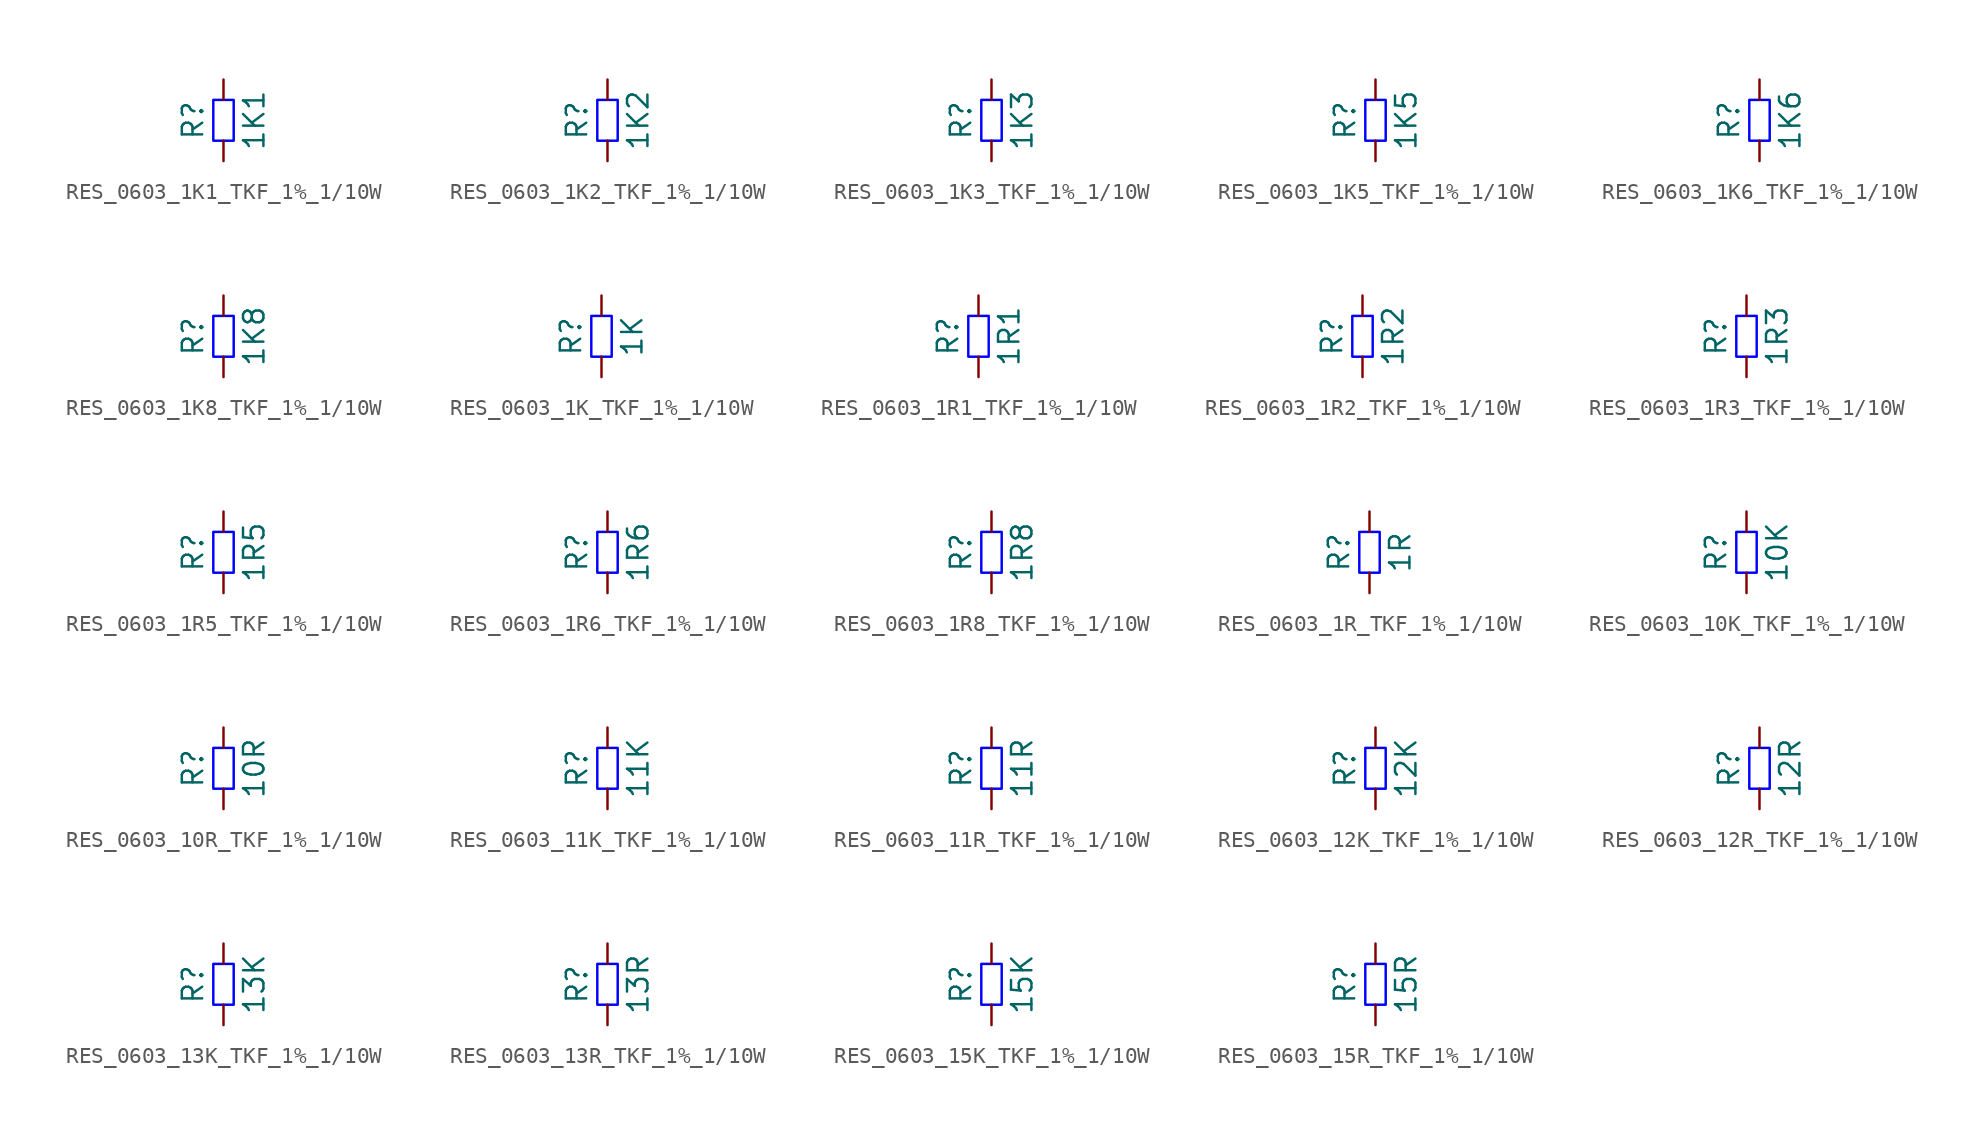
<source format=kicad_sym>
(kicad_symbol_lib
  (version 20220914)
  (generator kicad_symbol_editor)
  (symbol "RES_0603_1K1_TKF_1%_1/10W"
    (pin_numbers hide)
    (pin_names
      (offset 0) hide)
    (property "Reference" "R"
      (at -1.905 0 90)
      (do_not_autoplace)
      (effects (font (size 1.27 1.27))))
    (property "Value" "1K1"
      (at 1.905 0 90)
      (do_not_autoplace)
      (effects (font (size 1.27 1.27))))
    (symbol "RES_0603_1K1_TKF_1%_1/10W_1_1"
      (rectangle (start -0.635 -1.27) (end 0.635 1.27) (stroke (width 0) (type solid) (color 0 0 255 1)) (fill (type none)))
      (pin passive line (at 0 -2.54 90) (length 1.27) (name "~" (effects (font (size 1.27 1.27)))) (number "1" (effects (font (size 1.27 1.27)))))
      (pin passive line (at 0 2.54 270) (length 1.27) (name "~" (effects (font (size 1.27 1.27)))) (number "2" (effects (font (size 1.27 1.27)))))))
  (symbol "RES_0603_1K2_TKF_1%_1/10W"
    (pin_numbers hide)
    (pin_names
      (offset 0) hide)
    (property "Reference" "R"
      (at -1.905 0 90)
      (do_not_autoplace)
      (effects (font (size 1.27 1.27))))
    (property "Value" "1K2"
      (at 1.905 0 90)
      (do_not_autoplace)
      (effects (font (size 1.27 1.27))))
    (symbol "RES_0603_1K2_TKF_1%_1/10W_1_1"
      (rectangle (start -0.635 -1.27) (end 0.635 1.27) (stroke (width 0) (type solid) (color 0 0 255 1)) (fill (type none)))
      (pin passive line (at 0 -2.54 90) (length 1.27) (name "~" (effects (font (size 1.27 1.27)))) (number "1" (effects (font (size 1.27 1.27)))))
      (pin passive line (at 0 2.54 270) (length 1.27) (name "~" (effects (font (size 1.27 1.27)))) (number "2" (effects (font (size 1.27 1.27)))))))
  (symbol "RES_0603_1K3_TKF_1%_1/10W"
    (pin_numbers hide)
    (pin_names
      (offset 0) hide)
    (property "Reference" "R"
      (at -1.905 0 90)
      (do_not_autoplace)
      (effects (font (size 1.27 1.27))))
    (property "Value" "1K3"
      (at 1.905 0 90)
      (do_not_autoplace)
      (effects (font (size 1.27 1.27))))
    (symbol "RES_0603_1K3_TKF_1%_1/10W_1_1"
      (rectangle (start -0.635 -1.27) (end 0.635 1.27) (stroke (width 0) (type solid) (color 0 0 255 1)) (fill (type none)))
      (pin passive line (at 0 -2.54 90) (length 1.27) (name "~" (effects (font (size 1.27 1.27)))) (number "1" (effects (font (size 1.27 1.27)))))
      (pin passive line (at 0 2.54 270) (length 1.27) (name "~" (effects (font (size 1.27 1.27)))) (number "2" (effects (font (size 1.27 1.27)))))))
  (symbol "RES_0603_1K5_TKF_1%_1/10W"
    (pin_numbers hide)
    (pin_names
      (offset 0) hide)
    (property "Reference" "R"
      (at -1.905 0 90)
      (do_not_autoplace)
      (effects (font (size 1.27 1.27))))
    (property "Value" "1K5"
      (at 1.905 0 90)
      (do_not_autoplace)
      (effects (font (size 1.27 1.27))))
    (symbol "RES_0603_1K5_TKF_1%_1/10W_1_1"
      (rectangle (start -0.635 -1.27) (end 0.635 1.27) (stroke (width 0) (type solid) (color 0 0 255 1)) (fill (type none)))
      (pin passive line (at 0 -2.54 90) (length 1.27) (name "~" (effects (font (size 1.27 1.27)))) (number "1" (effects (font (size 1.27 1.27)))))
      (pin passive line (at 0 2.54 270) (length 1.27) (name "~" (effects (font (size 1.27 1.27)))) (number "2" (effects (font (size 1.27 1.27)))))))
  (symbol "RES_0603_1K6_TKF_1%_1/10W"
    (pin_numbers hide)
    (pin_names
      (offset 0) hide)
    (property "Reference" "R"
      (at -1.905 0 90)
      (do_not_autoplace)
      (effects (font (size 1.27 1.27))))
    (property "Value" "1K6"
      (at 1.905 0 90)
      (do_not_autoplace)
      (effects (font (size 1.27 1.27))))
    (symbol "RES_0603_1K6_TKF_1%_1/10W_1_1"
      (rectangle (start -0.635 -1.27) (end 0.635 1.27) (stroke (width 0) (type solid) (color 0 0 255 1)) (fill (type none)))
      (pin passive line (at 0 -2.54 90) (length 1.27) (name "~" (effects (font (size 1.27 1.27)))) (number "1" (effects (font (size 1.27 1.27)))))
      (pin passive line (at 0 2.54 270) (length 1.27) (name "~" (effects (font (size 1.27 1.27)))) (number "2" (effects (font (size 1.27 1.27)))))))
  (symbol "RES_0603_1K8_TKF_1%_1/10W"
    (pin_numbers hide)
    (pin_names
      (offset 0) hide)
    (property "Reference" "R"
      (at -1.905 0 90)
      (do_not_autoplace)
      (effects (font (size 1.27 1.27))))
    (property "Value" "1K8"
      (at 1.905 0 90)
      (do_not_autoplace)
      (effects (font (size 1.27 1.27))))
    (symbol "RES_0603_1K8_TKF_1%_1/10W_1_1"
      (rectangle (start -0.635 -1.27) (end 0.635 1.27) (stroke (width 0) (type solid) (color 0 0 255 1)) (fill (type none)))
      (pin passive line (at 0 -2.54 90) (length 1.27) (name "~" (effects (font (size 1.27 1.27)))) (number "1" (effects (font (size 1.27 1.27)))))
      (pin passive line (at 0 2.54 270) (length 1.27) (name "~" (effects (font (size 1.27 1.27)))) (number "2" (effects (font (size 1.27 1.27)))))))
  (symbol "RES_0603_1K_TKF_1%_1/10W"
    (pin_numbers hide)
    (pin_names
      (offset 0) hide)
    (property "Reference" "R"
      (at -1.905 0 90)
      (do_not_autoplace)
      (effects (font (size 1.27 1.27))))
    (property "Value" "1K"
      (at 1.905 0 90)
      (do_not_autoplace)
      (effects (font (size 1.27 1.27))))
    (symbol "RES_0603_1K_TKF_1%_1/10W_1_1"
      (rectangle (start -0.635 -1.27) (end 0.635 1.27) (stroke (width 0) (type solid) (color 0 0 255 1)) (fill (type none)))
      (pin passive line (at 0 -2.54 90) (length 1.27) (name "~" (effects (font (size 1.27 1.27)))) (number "1" (effects (font (size 1.27 1.27)))))
      (pin passive line (at 0 2.54 270) (length 1.27) (name "~" (effects (font (size 1.27 1.27)))) (number "2" (effects (font (size 1.27 1.27)))))))
  (symbol "RES_0603_1R1_TKF_1%_1/10W"
    (pin_numbers hide)
    (pin_names
      (offset 0) hide)
    (property "Reference" "R"
      (at -1.905 0 90)
      (do_not_autoplace)
      (effects (font (size 1.27 1.27))))
    (property "Value" "1R1"
      (at 1.905 0 90)
      (do_not_autoplace)
      (effects (font (size 1.27 1.27))))
    (symbol "RES_0603_1R1_TKF_1%_1/10W_1_1"
      (rectangle (start -0.635 -1.27) (end 0.635 1.27) (stroke (width 0) (type solid) (color 0 0 255 1)) (fill (type none)))
      (pin passive line (at 0 -2.54 90) (length 1.27) (name "~" (effects (font (size 1.27 1.27)))) (number "1" (effects (font (size 1.27 1.27)))))
      (pin passive line (at 0 2.54 270) (length 1.27) (name "~" (effects (font (size 1.27 1.27)))) (number "2" (effects (font (size 1.27 1.27)))))))
  (symbol "RES_0603_1R2_TKF_1%_1/10W"
    (pin_numbers hide)
    (pin_names
      (offset 0) hide)
    (property "Reference" "R"
      (at -1.905 0 90)
      (do_not_autoplace)
      (effects (font (size 1.27 1.27))))
    (property "Value" "1R2"
      (at 1.905 0 90)
      (do_not_autoplace)
      (effects (font (size 1.27 1.27))))
    (symbol "RES_0603_1R2_TKF_1%_1/10W_1_1"
      (rectangle (start -0.635 -1.27) (end 0.635 1.27) (stroke (width 0) (type solid) (color 0 0 255 1)) (fill (type none)))
      (pin passive line (at 0 -2.54 90) (length 1.27) (name "~" (effects (font (size 1.27 1.27)))) (number "1" (effects (font (size 1.27 1.27)))))
      (pin passive line (at 0 2.54 270) (length 1.27) (name "~" (effects (font (size 1.27 1.27)))) (number "2" (effects (font (size 1.27 1.27)))))))
  (symbol "RES_0603_1R3_TKF_1%_1/10W"
    (pin_numbers hide)
    (pin_names
      (offset 0) hide)
    (property "Reference" "R"
      (at -1.905 0 90)
      (do_not_autoplace)
      (effects (font (size 1.27 1.27))))
    (property "Value" "1R3"
      (at 1.905 0 90)
      (do_not_autoplace)
      (effects (font (size 1.27 1.27))))
    (symbol "RES_0603_1R3_TKF_1%_1/10W_1_1"
      (rectangle (start -0.635 -1.27) (end 0.635 1.27) (stroke (width 0) (type solid) (color 0 0 255 1)) (fill (type none)))
      (pin passive line (at 0 -2.54 90) (length 1.27) (name "~" (effects (font (size 1.27 1.27)))) (number "1" (effects (font (size 1.27 1.27)))))
      (pin passive line (at 0 2.54 270) (length 1.27) (name "~" (effects (font (size 1.27 1.27)))) (number "2" (effects (font (size 1.27 1.27)))))))
  (symbol "RES_0603_1R5_TKF_1%_1/10W"
    (pin_numbers hide)
    (pin_names
      (offset 0) hide)
    (property "Reference" "R"
      (at -1.905 0 90)
      (do_not_autoplace)
      (effects (font (size 1.27 1.27))))
    (property "Value" "1R5"
      (at 1.905 0 90)
      (do_not_autoplace)
      (effects (font (size 1.27 1.27))))
    (symbol "RES_0603_1R5_TKF_1%_1/10W_1_1"
      (rectangle (start -0.635 -1.27) (end 0.635 1.27) (stroke (width 0) (type solid) (color 0 0 255 1)) (fill (type none)))
      (pin passive line (at 0 -2.54 90) (length 1.27) (name "~" (effects (font (size 1.27 1.27)))) (number "1" (effects (font (size 1.27 1.27)))))
      (pin passive line (at 0 2.54 270) (length 1.27) (name "~" (effects (font (size 1.27 1.27)))) (number "2" (effects (font (size 1.27 1.27)))))))
  (symbol "RES_0603_1R6_TKF_1%_1/10W"
    (pin_numbers hide)
    (pin_names
      (offset 0) hide)
    (property "Reference" "R"
      (at -1.905 0 90)
      (do_not_autoplace)
      (effects (font (size 1.27 1.27))))
    (property "Value" "1R6"
      (at 1.905 0 90)
      (do_not_autoplace)
      (effects (font (size 1.27 1.27))))
    (symbol "RES_0603_1R6_TKF_1%_1/10W_1_1"
      (rectangle (start -0.635 -1.27) (end 0.635 1.27) (stroke (width 0) (type solid) (color 0 0 255 1)) (fill (type none)))
      (pin passive line (at 0 -2.54 90) (length 1.27) (name "~" (effects (font (size 1.27 1.27)))) (number "1" (effects (font (size 1.27 1.27)))))
      (pin passive line (at 0 2.54 270) (length 1.27) (name "~" (effects (font (size 1.27 1.27)))) (number "2" (effects (font (size 1.27 1.27)))))))
  (symbol "RES_0603_1R8_TKF_1%_1/10W"
    (pin_numbers hide)
    (pin_names
      (offset 0) hide)
    (property "Reference" "R"
      (at -1.905 0 90)
      (do_not_autoplace)
      (effects (font (size 1.27 1.27))))
    (property "Value" "1R8"
      (at 1.905 0 90)
      (do_not_autoplace)
      (effects (font (size 1.27 1.27))))
    (symbol "RES_0603_1R8_TKF_1%_1/10W_1_1"
      (rectangle (start -0.635 -1.27) (end 0.635 1.27) (stroke (width 0) (type solid) (color 0 0 255 1)) (fill (type none)))
      (pin passive line (at 0 -2.54 90) (length 1.27) (name "~" (effects (font (size 1.27 1.27)))) (number "1" (effects (font (size 1.27 1.27)))))
      (pin passive line (at 0 2.54 270) (length 1.27) (name "~" (effects (font (size 1.27 1.27)))) (number "2" (effects (font (size 1.27 1.27)))))))
  (symbol "RES_0603_1R_TKF_1%_1/10W"
    (pin_numbers hide)
    (pin_names
      (offset 0) hide)
    (property "Reference" "R"
      (at -1.905 0 90)
      (do_not_autoplace)
      (effects (font (size 1.27 1.27))))
    (property "Value" "1R"
      (at 1.905 0 90)
      (do_not_autoplace)
      (effects (font (size 1.27 1.27))))
    (symbol "RES_0603_1R_TKF_1%_1/10W_1_1"
      (rectangle (start -0.635 -1.27) (end 0.635 1.27) (stroke (width 0) (type solid) (color 0 0 255 1)) (fill (type none)))
      (pin passive line (at 0 -2.54 90) (length 1.27) (name "~" (effects (font (size 1.27 1.27)))) (number "1" (effects (font (size 1.27 1.27)))))
      (pin passive line (at 0 2.54 270) (length 1.27) (name "~" (effects (font (size 1.27 1.27)))) (number "2" (effects (font (size 1.27 1.27)))))))
  (symbol "RES_0603_10K_TKF_1%_1/10W"
    (pin_numbers hide)
    (pin_names
      (offset 0) hide)
    (property "Reference" "R"
      (at -1.905 0 90)
      (do_not_autoplace)
      (effects (font (size 1.27 1.27))))
    (property "Value" "10K"
      (at 1.905 0 90)
      (do_not_autoplace)
      (effects (font (size 1.27 1.27))))
    (symbol "RES_0603_10K_TKF_1%_1/10W_1_1"
      (rectangle (start -0.635 -1.27) (end 0.635 1.27) (stroke (width 0) (type solid) (color 0 0 255 1)) (fill (type none)))
      (pin passive line (at 0 -2.54 90) (length 1.27) (name "~" (effects (font (size 1.27 1.27)))) (number "1" (effects (font (size 1.27 1.27)))))
      (pin passive line (at 0 2.54 270) (length 1.27) (name "~" (effects (font (size 1.27 1.27)))) (number "2" (effects (font (size 1.27 1.27)))))))
  (symbol "RES_0603_10R_TKF_1%_1/10W"
    (pin_numbers hide)
    (pin_names
      (offset 0) hide)
    (property "Reference" "R"
      (at -1.905 0 90)
      (do_not_autoplace)
      (effects (font (size 1.27 1.27))))
    (property "Value" "10R"
      (at 1.905 0 90)
      (do_not_autoplace)
      (effects (font (size 1.27 1.27))))
    (symbol "RES_0603_10R_TKF_1%_1/10W_1_1"
      (rectangle (start -0.635 -1.27) (end 0.635 1.27) (stroke (width 0) (type solid) (color 0 0 255 1)) (fill (type none)))
      (pin passive line (at 0 -2.54 90) (length 1.27) (name "~" (effects (font (size 1.27 1.27)))) (number "1" (effects (font (size 1.27 1.27)))))
      (pin passive line (at 0 2.54 270) (length 1.27) (name "~" (effects (font (size 1.27 1.27)))) (number "2" (effects (font (size 1.27 1.27)))))))
  (symbol "RES_0603_11K_TKF_1%_1/10W"
    (pin_numbers hide)
    (pin_names
      (offset 0) hide)
    (property "Reference" "R"
      (at -1.905 0 90)
      (do_not_autoplace)
      (effects (font (size 1.27 1.27))))
    (property "Value" "11K"
      (at 1.905 0 90)
      (do_not_autoplace)
      (effects (font (size 1.27 1.27))))
    (symbol "RES_0603_11K_TKF_1%_1/10W_1_1"
      (rectangle (start -0.635 -1.27) (end 0.635 1.27) (stroke (width 0) (type solid) (color 0 0 255 1)) (fill (type none)))
      (pin passive line (at 0 -2.54 90) (length 1.27) (name "~" (effects (font (size 1.27 1.27)))) (number "1" (effects (font (size 1.27 1.27)))))
      (pin passive line (at 0 2.54 270) (length 1.27) (name "~" (effects (font (size 1.27 1.27)))) (number "2" (effects (font (size 1.27 1.27)))))))
  (symbol "RES_0603_11R_TKF_1%_1/10W"
    (pin_numbers hide)
    (pin_names
      (offset 0) hide)
    (property "Reference" "R"
      (at -1.905 0 90)
      (do_not_autoplace)
      (effects (font (size 1.27 1.27))))
    (property "Value" "11R"
      (at 1.905 0 90)
      (do_not_autoplace)
      (effects (font (size 1.27 1.27))))
    (symbol "RES_0603_11R_TKF_1%_1/10W_1_1"
      (rectangle (start -0.635 -1.27) (end 0.635 1.27) (stroke (width 0) (type solid) (color 0 0 255 1)) (fill (type none)))
      (pin passive line (at 0 -2.54 90) (length 1.27) (name "~" (effects (font (size 1.27 1.27)))) (number "1" (effects (font (size 1.27 1.27)))))
      (pin passive line (at 0 2.54 270) (length 1.27) (name "~" (effects (font (size 1.27 1.27)))) (number "2" (effects (font (size 1.27 1.27)))))))
  (symbol "RES_0603_12K_TKF_1%_1/10W"
    (pin_numbers hide)
    (pin_names
      (offset 0) hide)
    (property "Reference" "R"
      (at -1.905 0 90)
      (do_not_autoplace)
      (effects (font (size 1.27 1.27))))
    (property "Value" "12K"
      (at 1.905 0 90)
      (do_not_autoplace)
      (effects (font (size 1.27 1.27))))
    (symbol "RES_0603_12K_TKF_1%_1/10W_1_1"
      (rectangle (start -0.635 -1.27) (end 0.635 1.27) (stroke (width 0) (type solid) (color 0 0 255 1)) (fill (type none)))
      (pin passive line (at 0 -2.54 90) (length 1.27) (name "~" (effects (font (size 1.27 1.27)))) (number "1" (effects (font (size 1.27 1.27)))))
      (pin passive line (at 0 2.54 270) (length 1.27) (name "~" (effects (font (size 1.27 1.27)))) (number "2" (effects (font (size 1.27 1.27)))))))
  (symbol "RES_0603_12R_TKF_1%_1/10W"
    (pin_numbers hide)
    (pin_names
      (offset 0) hide)
    (property "Reference" "R"
      (at -1.905 0 90)
      (do_not_autoplace)
      (effects (font (size 1.27 1.27))))
    (property "Value" "12R"
      (at 1.905 0 90)
      (do_not_autoplace)
      (effects (font (size 1.27 1.27))))
    (symbol "RES_0603_12R_TKF_1%_1/10W_1_1"
      (rectangle (start -0.635 -1.27) (end 0.635 1.27) (stroke (width 0) (type solid) (color 0 0 255 1)) (fill (type none)))
      (pin passive line (at 0 -2.54 90) (length 1.27) (name "~" (effects (font (size 1.27 1.27)))) (number "1" (effects (font (size 1.27 1.27)))))
      (pin passive line (at 0 2.54 270) (length 1.27) (name "~" (effects (font (size 1.27 1.27)))) (number "2" (effects (font (size 1.27 1.27)))))))
  (symbol "RES_0603_13K_TKF_1%_1/10W"
    (pin_numbers hide)
    (pin_names
      (offset 0) hide)
    (property "Reference" "R"
      (at -1.905 0 90)
      (do_not_autoplace)
      (effects (font (size 1.27 1.27))))
    (property "Value" "13K"
      (at 1.905 0 90)
      (do_not_autoplace)
      (effects (font (size 1.27 1.27))))
    (symbol "RES_0603_13K_TKF_1%_1/10W_1_1"
      (rectangle (start -0.635 -1.27) (end 0.635 1.27) (stroke (width 0) (type solid) (color 0 0 255 1)) (fill (type none)))
      (pin passive line (at 0 -2.54 90) (length 1.27) (name "~" (effects (font (size 1.27 1.27)))) (number "1" (effects (font (size 1.27 1.27)))))
      (pin passive line (at 0 2.54 270) (length 1.27) (name "~" (effects (font (size 1.27 1.27)))) (number "2" (effects (font (size 1.27 1.27)))))))
  (symbol "RES_0603_13R_TKF_1%_1/10W"
    (pin_numbers hide)
    (pin_names
      (offset 0) hide)
    (property "Reference" "R"
      (at -1.905 0 90)
      (do_not_autoplace)
      (effects (font (size 1.27 1.27))))
    (property "Value" "13R"
      (at 1.905 0 90)
      (do_not_autoplace)
      (effects (font (size 1.27 1.27))))
    (symbol "RES_0603_13R_TKF_1%_1/10W_1_1"
      (rectangle (start -0.635 -1.27) (end 0.635 1.27) (stroke (width 0) (type solid) (color 0 0 255 1)) (fill (type none)))
      (pin passive line (at 0 -2.54 90) (length 1.27) (name "~" (effects (font (size 1.27 1.27)))) (number "1" (effects (font (size 1.27 1.27)))))
      (pin passive line (at 0 2.54 270) (length 1.27) (name "~" (effects (font (size 1.27 1.27)))) (number "2" (effects (font (size 1.27 1.27)))))))
  (symbol "RES_0603_15K_TKF_1%_1/10W"
    (pin_numbers hide)
    (pin_names
      (offset 0) hide)
    (property "Reference" "R"
      (at -1.905 0 90)
      (do_not_autoplace)
      (effects (font (size 1.27 1.27))))
    (property "Value" "15K"
      (at 1.905 0 90)
      (do_not_autoplace)
      (effects (font (size 1.27 1.27))))
    (symbol "RES_0603_15K_TKF_1%_1/10W_1_1"
      (rectangle (start -0.635 -1.27) (end 0.635 1.27) (stroke (width 0) (type solid) (color 0 0 255 1)) (fill (type none)))
      (pin passive line (at 0 -2.54 90) (length 1.27) (name "~" (effects (font (size 1.27 1.27)))) (number "1" (effects (font (size 1.27 1.27)))))
      (pin passive line (at 0 2.54 270) (length 1.27) (name "~" (effects (font (size 1.27 1.27)))) (number "2" (effects (font (size 1.27 1.27)))))))
  (symbol "RES_0603_15R_TKF_1%_1/10W"
    (pin_numbers hide)
    (pin_names
      (offset 0) hide)
    (property "Reference" "R"
      (at -1.905 0 90)
      (do_not_autoplace)
      (effects (font (size 1.27 1.27))))
    (property "Value" "15R"
      (at 1.905 0 90)
      (do_not_autoplace)
      (effects (font (size 1.27 1.27))))
    (symbol "RES_0603_15R_TKF_1%_1/10W_1_1"
      (rectangle (start -0.635 -1.27) (end 0.635 1.27) (stroke (width 0) (type solid) (color 0 0 255 1)) (fill (type none)))
      (pin passive line (at 0 -2.54 90) (length 1.27) (name "~" (effects (font (size 1.27 1.27)))) (number "1" (effects (font (size 1.27 1.27)))))
      (pin passive line (at 0 2.54 270) (length 1.27) (name "~" (effects (font (size 1.27 1.27)))) (number "2" (effects (font (size 1.27 1.27))))))))
</source>
